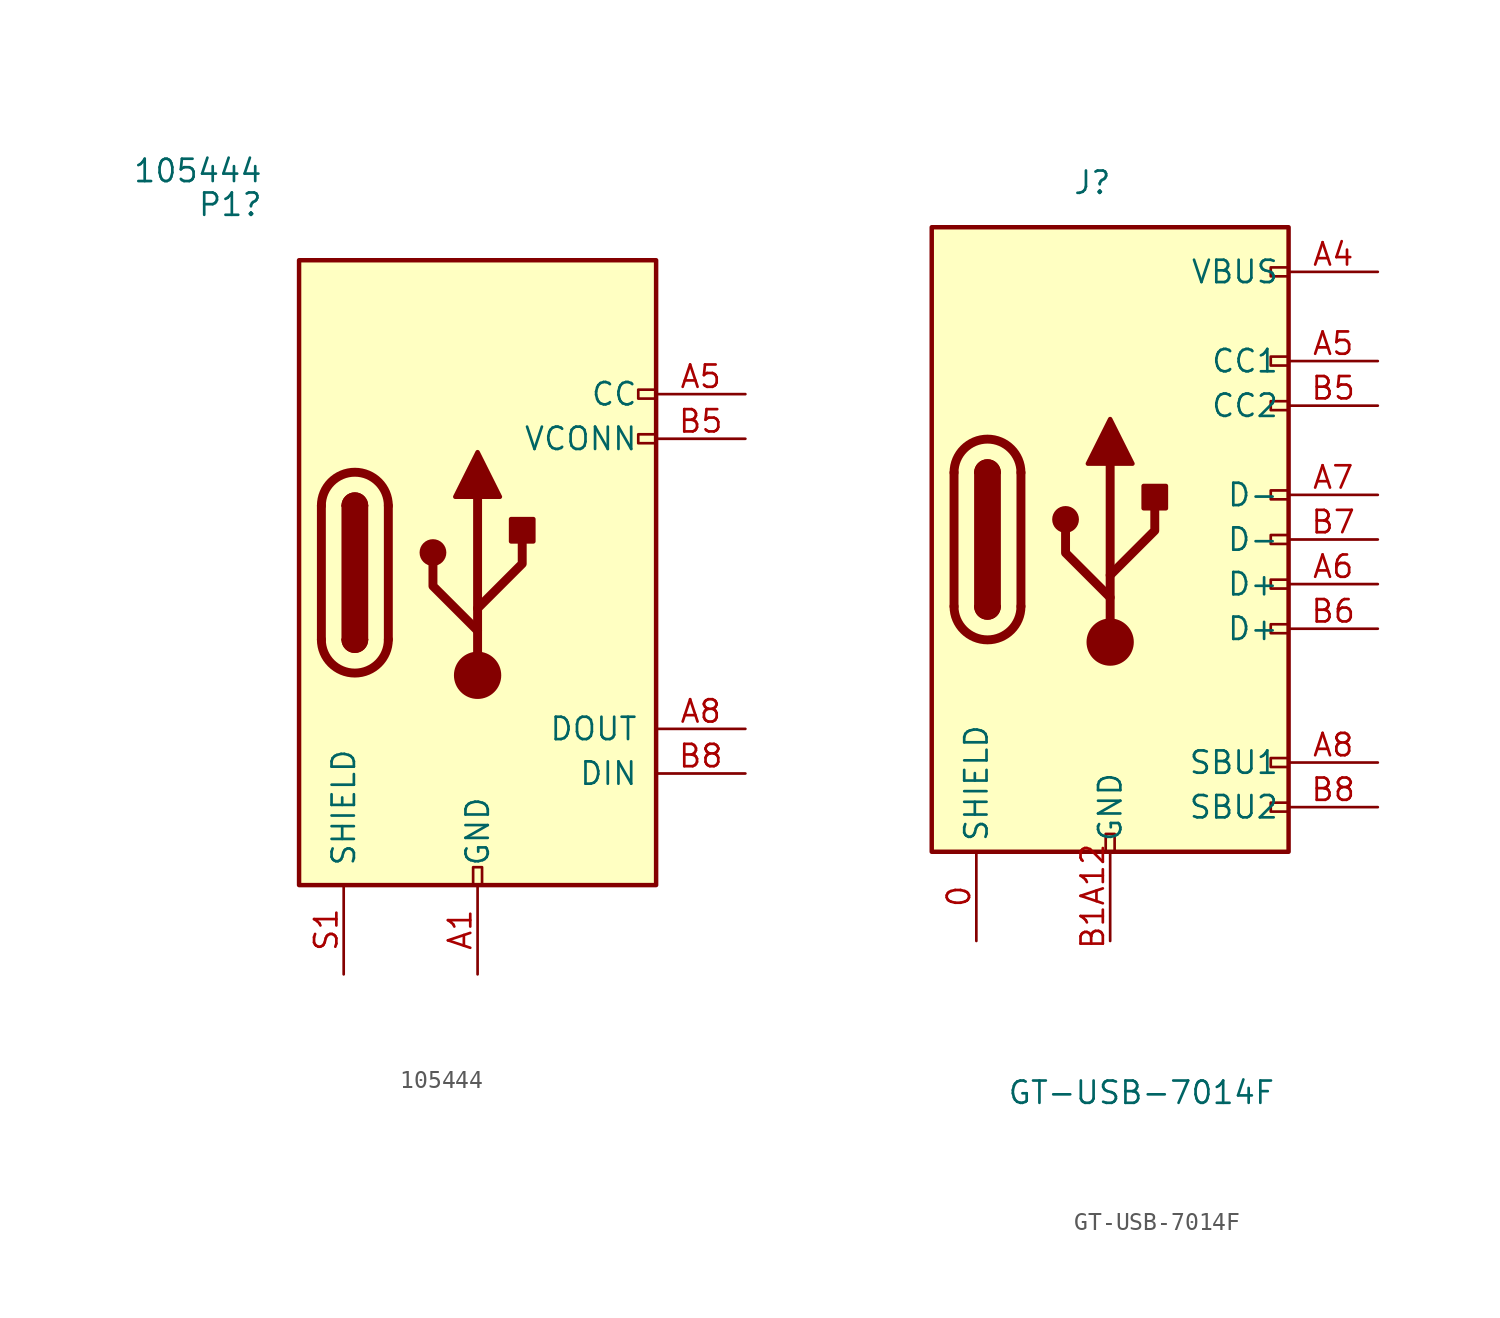
<source format=kicad_sym>
(kicad_symbol_lib
  (version 20231120)
  (generator "kicad_symbol_editor")
  (generator_version "8.0")
  (symbol "105444"
    (pin_names
      (offset 1.016))
    (property "Reference" "P1"
      (at -10.922 -0.644 0)
      (effects (font (size 1.27 1.27)) (justify right)))
    (property "Value" "105444"
      (at -10.922 1.277 0)
      (effects (font (size 1.27 1.27)) (justify right)))
    (symbol "105444_0_0"
      (rectangle (start 1.016 -39.37) (end 1.524 -38.354) (stroke (width 0) (type default)) (fill (type none)))
      (rectangle (start 11.43 -13.716) (end 10.414 -14.224) (stroke (width 0) (type default)) (fill (type none)))
      (rectangle (start 11.43 -11.176) (end 10.414 -11.684) (stroke (width 0) (type default)) (fill (type none))))
    (symbol "105444_0_1"
      (rectangle (start -8.89 -3.81) (end 11.43 -39.37) (stroke (width 0.254) (type default)) (fill (type background)))
      (arc (start -7.62 -25.4) (mid -5.715 -27.2967) (end -3.81 -25.4) (stroke (width 0.508) (type default)) (fill (type none)))
      (arc (start -6.35 -25.4) (mid -5.715 -26.0323) (end -5.08 -25.4) (stroke (width 0.254) (type default)) (fill (type none)))
      (arc (start -6.35 -25.4) (mid -5.715 -26.0323) (end -5.08 -25.4) (stroke (width 0.254) (type default)) (fill (type outline)))
      (rectangle (start -6.35 -25.4) (end -5.08 -17.78) (stroke (width 0.254) (type default)) (fill (type outline)))
      (arc (start -5.08 -17.78) (mid -5.715 -17.1477) (end -6.35 -17.78) (stroke (width 0.254) (type default)) (fill (type none)))
      (arc (start -5.08 -17.78) (mid -5.715 -17.1477) (end -6.35 -17.78) (stroke (width 0.254) (type default)) (fill (type outline)))
      (arc (start -3.81 -17.78) (mid -5.715 -15.8833) (end -7.62 -17.78) (stroke (width 0.508) (type default)) (fill (type none)))
      (circle (center -1.27 -20.447) (radius 0.635) (stroke (width 0.254) (type default)) (fill (type outline)))
      (polyline (pts (xy -7.62 -25.4) (xy -7.62 -17.78)) (stroke (width 0.508) (type default)) (fill (type none)))
      (polyline (pts (xy -3.81 -17.78) (xy -3.81 -25.4)) (stroke (width 0.508) (type default)) (fill (type none)))
      (polyline (pts (xy 1.27 -27.432) (xy 1.27 -17.272)) (stroke (width 0.508) (type default)) (fill (type none)))
      (polyline (pts (xy 1.27 -24.892) (xy -1.27 -22.352) (xy -1.27 -21.082)) (stroke (width 0.508) (type default)) (fill (type none)))
      (polyline (pts (xy 1.27 -23.622) (xy 3.81 -21.082) (xy 3.81 -19.812)) (stroke (width 0.508) (type default)) (fill (type none)))
      (polyline (pts (xy 0 -17.272) (xy 1.27 -14.732) (xy 2.54 -17.272) (xy 0 -17.272)) (stroke (width 0.254) (type default)) (fill (type outline)))
      (circle (center 1.27 -27.432) (radius 1.27) (stroke (width 0) (type default)) (fill (type outline)))
      (rectangle (start 3.175 -19.812) (end 4.445 -18.542) (stroke (width 0.254) (type default)) (fill (type outline))))
    (symbol "105444_1_1"
      (pin passive line (at 1.27 -44.45 90) (length 5.08) (name "GND" (effects (font (size 1.27 1.27)))) (number "A1" (effects (font (size 1.27 1.27)))))
      (pin passive line (at 1.27 -44.45 90) (length 5.08) hide (name "GND" (effects (font (size 1.27 1.27)))) (number "A12" (effects (font (size 1.27 1.27)))))
      (pin bidirectional line (at 16.51 -11.43 180) (length 5.08) (name "CC" (effects (font (size 1.27 1.27)))) (number "A5" (effects (font (size 1.27 1.27)))))
      (pin bidirectional line (at 16.51 -30.48 180) (length 5.08) (name "DOUT" (effects (font (size 1.27 1.27)))) (number "A8" (effects (font (size 1.27 1.27)))))
      (pin passive line (at 1.27 -44.45 90) (length 5.08) hide (name "GND" (effects (font (size 1.27 1.27)))) (number "B1" (effects (font (size 1.27 1.27)))))
      (pin passive line (at 1.27 -44.45 90) (length 5.08) hide (name "GND" (effects (font (size 1.27 1.27)))) (number "B12" (effects (font (size 1.27 1.27)))))
      (pin bidirectional line (at 16.51 -13.97 180) (length 5.08) (name "VCONN" (effects (font (size 1.27 1.27)))) (number "B5" (effects (font (size 1.27 1.27)))))
      (pin bidirectional line (at 16.51 -33.02 180) (length 5.08) (name "DIN" (effects (font (size 1.27 1.27)))) (number "B8" (effects (font (size 1.27 1.27)))))
      (pin passive line (at -6.35 -44.45 90) (length 5.08) (name "SHIELD" (effects (font (size 1.27 1.27)))) (number "S1" (effects (font (size 1.27 1.27)))))))
  (symbol "GT-USB-7014F"
    (property "Reference" "J"
      (at -1.016 21.59 0)
      (effects (font (size 1.27 1.27))))
    (property "Value" "GT-USB-7014F"
      (at 1.778 -30.226 0)
      (effects (font (size 1.27 1.27))))
    (symbol "GT-USB-7014F_0_0"
      (rectangle (start -0.254 -16.51) (end 0.254 -15.494) (stroke (width 0) (type default)) (fill (type none)))
      (rectangle (start 10.16 -13.716) (end 9.144 -14.224) (stroke (width 0) (type default)) (fill (type none)))
      (rectangle (start 10.16 -11.176) (end 9.144 -11.684) (stroke (width 0) (type default)) (fill (type none)))
      (rectangle (start 10.16 -3.556) (end 9.144 -4.064) (stroke (width 0) (type default)) (fill (type none)))
      (rectangle (start 10.16 -1.016) (end 9.144 -1.524) (stroke (width 0) (type default)) (fill (type none)))
      (rectangle (start 10.16 1.524) (end 9.144 1.016) (stroke (width 0) (type default)) (fill (type none)))
      (rectangle (start 10.16 4.064) (end 9.144 3.556) (stroke (width 0) (type default)) (fill (type none)))
      (rectangle (start 10.16 9.144) (end 9.144 8.636) (stroke (width 0) (type default)) (fill (type none)))
      (rectangle (start 10.16 11.684) (end 9.144 11.176) (stroke (width 0) (type default)) (fill (type none)))
      (rectangle (start 10.16 16.764) (end 9.144 16.256) (stroke (width 0) (type default)) (fill (type none))))
    (symbol "GT-USB-7014F_0_1"
      (rectangle (start -10.16 19.05) (end 10.16 -16.51) (stroke (width 0.254) (type default)) (fill (type background)))
      (arc (start -8.89 -2.54) (mid -6.985 -4.4367) (end -5.08 -2.54) (stroke (width 0.508) (type default)) (fill (type none)))
      (arc (start -7.62 -2.54) (mid -6.985 -3.1723) (end -6.35 -2.54) (stroke (width 0.254) (type default)) (fill (type none)))
      (arc (start -7.62 -2.54) (mid -6.985 -3.1723) (end -6.35 -2.54) (stroke (width 0.254) (type default)) (fill (type outline)))
      (rectangle (start -7.62 -2.54) (end -6.35 5.08) (stroke (width 0.254) (type default)) (fill (type outline)))
      (arc (start -6.35 5.08) (mid -6.985 5.7123) (end -7.62 5.08) (stroke (width 0.254) (type default)) (fill (type none)))
      (arc (start -6.35 5.08) (mid -6.985 5.7123) (end -7.62 5.08) (stroke (width 0.254) (type default)) (fill (type outline)))
      (arc (start -5.08 5.08) (mid -6.985 6.9767) (end -8.89 5.08) (stroke (width 0.508) (type default)) (fill (type none)))
      (circle (center -2.54 2.413) (radius 0.635) (stroke (width 0.254) (type default)) (fill (type outline)))
      (circle (center 0 -4.572) (radius 1.27) (stroke (width 0) (type default)) (fill (type outline)))
      (polyline (pts (xy -8.89 -2.54) (xy -8.89 5.08)) (stroke (width 0.508) (type default)) (fill (type none)))
      (polyline (pts (xy -5.08 5.08) (xy -5.08 -2.54)) (stroke (width 0.508) (type default)) (fill (type none)))
      (polyline (pts (xy 0 -4.572) (xy 0 5.588)) (stroke (width 0.508) (type default)) (fill (type none)))
      (polyline (pts (xy 0 -2.032) (xy -2.54 0.508) (xy -2.54 1.778)) (stroke (width 0.508) (type default)) (fill (type none)))
      (polyline (pts (xy 0 -0.762) (xy 2.54 1.778) (xy 2.54 3.048)) (stroke (width 0.508) (type default)) (fill (type none)))
      (polyline (pts (xy -1.27 5.588) (xy 0 8.128) (xy 1.27 5.588) (xy -1.27 5.588)) (stroke (width 0.254) (type default)) (fill (type outline)))
      (rectangle (start 1.905 3.048) (end 3.175 4.318) (stroke (width 0.254) (type default)) (fill (type outline))))
    (symbol "GT-USB-7014F_1_1"
      (pin passive line (at -7.62 -21.59 90) (length 5.08) (name "SHIELD" (effects (font (size 1.27 1.27)))) (number "0" (effects (font (size 1.27 1.27)))))
      (pin passive line (at 0 -21.59 90) (length 5.08) hide (name "GND" (effects (font (size 1.27 1.27)))) (number "A1B12" (effects (font (size 1.27 1.27)))))
      (pin passive line (at 15.24 16.51 180) (length 5.08) (name "VBUS" (effects (font (size 1.27 1.27)))) (number "A4" (effects (font (size 1.27 1.27)))))
      (pin bidirectional line (at 15.24 11.43 180) (length 5.08) (name "CC1" (effects (font (size 1.27 1.27)))) (number "A5" (effects (font (size 1.27 1.27)))))
      (pin bidirectional line (at 15.24 -1.27 180) (length 5.08) (name "D+" (effects (font (size 1.27 1.27)))) (number "A6" (effects (font (size 1.27 1.27)))))
      (pin bidirectional line (at 15.24 3.81 180) (length 5.08) (name "D-" (effects (font (size 1.27 1.27)))) (number "A7" (effects (font (size 1.27 1.27)))))
      (pin bidirectional line (at 15.24 -11.43 180) (length 5.08) (name "SBU1" (effects (font (size 1.27 1.27)))) (number "A8" (effects (font (size 1.27 1.27)))))
      (pin passive line (at 0 -21.59 90) (length 5.08) (name "GND" (effects (font (size 1.27 1.27)))) (number "B1A12" (effects (font (size 1.27 1.27)))))
      (pin passive line (at 15.24 16.51 180) (length 5.08) hide (name "VBUS" (effects (font (size 1.27 1.27)))) (number "B4" (effects (font (size 1.27 1.27)))))
      (pin bidirectional line (at 15.24 8.89 180) (length 5.08) (name "CC2" (effects (font (size 1.27 1.27)))) (number "B5" (effects (font (size 1.27 1.27)))))
      (pin bidirectional line (at 15.24 -3.81 180) (length 5.08) (name "D+" (effects (font (size 1.27 1.27)))) (number "B6" (effects (font (size 1.27 1.27)))))
      (pin bidirectional line (at 15.24 1.27 180) (length 5.08) (name "D-" (effects (font (size 1.27 1.27)))) (number "B7" (effects (font (size 1.27 1.27)))))
      (pin bidirectional line (at 15.24 -13.97 180) (length 5.08) (name "SBU2" (effects (font (size 1.27 1.27)))) (number "B8" (effects (font (size 1.27 1.27))))))))
</source>
